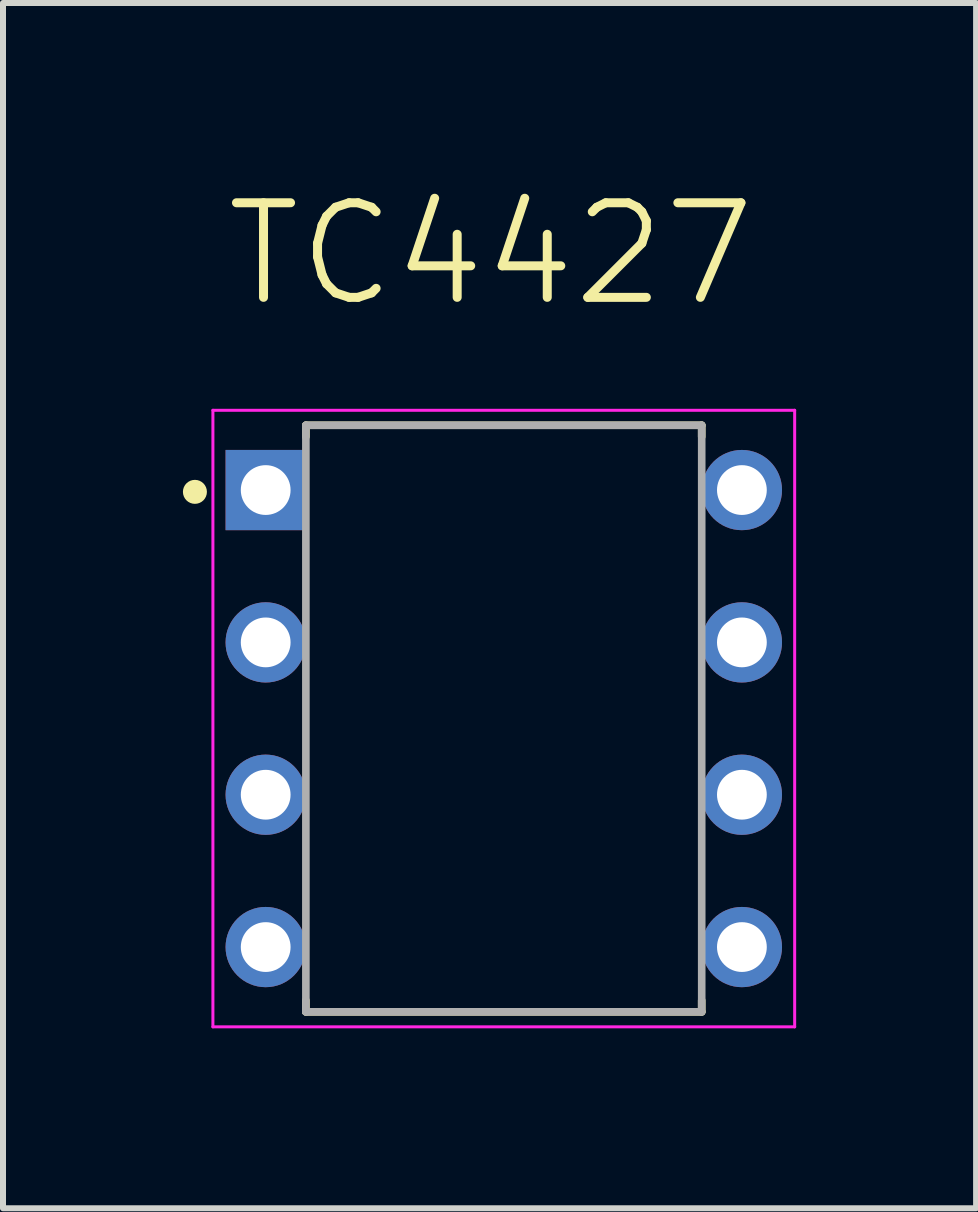
<source format=kicad_pcb>
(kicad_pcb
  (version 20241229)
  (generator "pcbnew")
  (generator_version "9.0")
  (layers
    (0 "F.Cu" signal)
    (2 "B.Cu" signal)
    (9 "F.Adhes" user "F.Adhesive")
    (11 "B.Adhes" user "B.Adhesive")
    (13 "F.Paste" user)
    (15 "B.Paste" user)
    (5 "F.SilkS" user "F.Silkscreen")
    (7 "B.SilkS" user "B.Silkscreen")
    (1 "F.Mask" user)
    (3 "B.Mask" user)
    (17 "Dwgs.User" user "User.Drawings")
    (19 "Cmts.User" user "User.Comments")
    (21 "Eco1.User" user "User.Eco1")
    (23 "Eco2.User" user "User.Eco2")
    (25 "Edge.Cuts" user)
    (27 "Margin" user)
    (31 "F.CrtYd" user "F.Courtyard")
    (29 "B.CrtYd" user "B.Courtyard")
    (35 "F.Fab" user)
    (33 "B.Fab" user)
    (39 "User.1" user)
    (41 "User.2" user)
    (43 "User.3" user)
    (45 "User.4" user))
  (footprint "TC4427"
    (layer "F.Cu")
    (at 5.35 8.931)
    (property "Reference" "TC4427" (at -0.214 -7.745 0) (layer "F.SilkS") (effects (font (size 1.577 1.577) (thickness 0.15))))
    (attr through_hole)
    (fp_line (start -3.3 -4.89) (end 3.3 -4.89) (stroke (width 0.127) (type solid)) (layer "F.SilkS"))
    (fp_line (start -3.3 -4.7) (end -3.3 -4.89) (stroke (width 0.127) (type solid)) (layer "F.SilkS"))
    (fp_line (start -3.3 4.7) (end -3.3 4.89) (stroke (width 0.127) (type solid)) (layer "F.SilkS"))
    (fp_line (start -3.3 4.89) (end 3.3 4.89) (stroke (width 0.127) (type solid)) (layer "F.SilkS"))
    (fp_line (start 3.3 -4.89) (end 3.3 -4.7) (stroke (width 0.127) (type solid)) (layer "F.SilkS"))
    (fp_line (start 3.3 4.89) (end 3.3 4.7) (stroke (width 0.127) (type solid)) (layer "F.SilkS"))
    (fp_circle (center -5.15 -3.78) (end -5.05 -3.78) (stroke (width 0.2) (type solid)) (fill no) (layer "F.SilkS"))
    (fp_line (start -4.85 -5.14) (end 4.85 -5.14) (stroke (width 0.05) (type solid)) (layer "F.CrtYd"))
    (fp_line (start -4.85 5.14) (end -4.85 -5.14) (stroke (width 0.05) (type solid)) (layer "F.CrtYd"))
    (fp_line (start 4.85 -5.14) (end 4.85 5.14) (stroke (width 0.05) (type solid)) (layer "F.CrtYd"))
    (fp_line (start 4.85 5.14) (end -4.85 5.14) (stroke (width 0.05) (type solid)) (layer "F.CrtYd"))
    (fp_line (start -3.3 -4.89) (end -3.3 4.89) (stroke (width 0.127) (type solid)) (layer "F.Fab"))
    (fp_line (start -3.3 4.89) (end 3.3 4.89) (stroke (width 0.127) (type solid)) (layer "F.Fab"))
    (fp_line (start 3.3 -4.89) (end -3.3 -4.89) (stroke (width 0.127) (type solid)) (layer "F.Fab"))
    (fp_line (start 3.3 4.89) (end 3.3 -4.89) (stroke (width 0.127) (type solid)) (layer "F.Fab"))
    (pad "1" thru_hole rect (at -3.97 -3.81) (size 1.338 1.338) (drill 0.83) (layers "*.Cu" "*.Mask"))
    (pad "2" thru_hole circle (at -3.97 -1.27) (size 1.338 1.338) (drill 0.83) (layers "*.Cu" "*.Mask"))
    (pad "3" thru_hole circle (at -3.97 1.27) (size 1.338 1.338) (drill 0.83) (layers "*.Cu" "*.Mask"))
    (pad "4" thru_hole circle (at -3.97 3.81) (size 1.338 1.338) (drill 0.83) (layers "*.Cu" "*.Mask"))
    (pad "5" thru_hole circle (at 3.97 3.81) (size 1.338 1.338) (drill 0.83) (layers "*.Cu" "*.Mask"))
    (pad "6" thru_hole circle (at 3.97 1.27) (size 1.338 1.338) (drill 0.83) (layers "*.Cu" "*.Mask"))
    (pad "7" thru_hole circle (at 3.97 -1.27) (size 1.338 1.338) (drill 0.83) (layers "*.Cu" "*.Mask"))
    (pad "8" thru_hole circle (at 3.97 -3.81) (size 1.338 1.338) (drill 0.83) (layers "*.Cu" "*.Mask")))
  (gr_rect
    (start -3 -3)
    (end 13.225 17.096)
    (stroke (width 0.1) (type default))
    (fill no)
    (layer "Edge.Cuts")))
</source>
